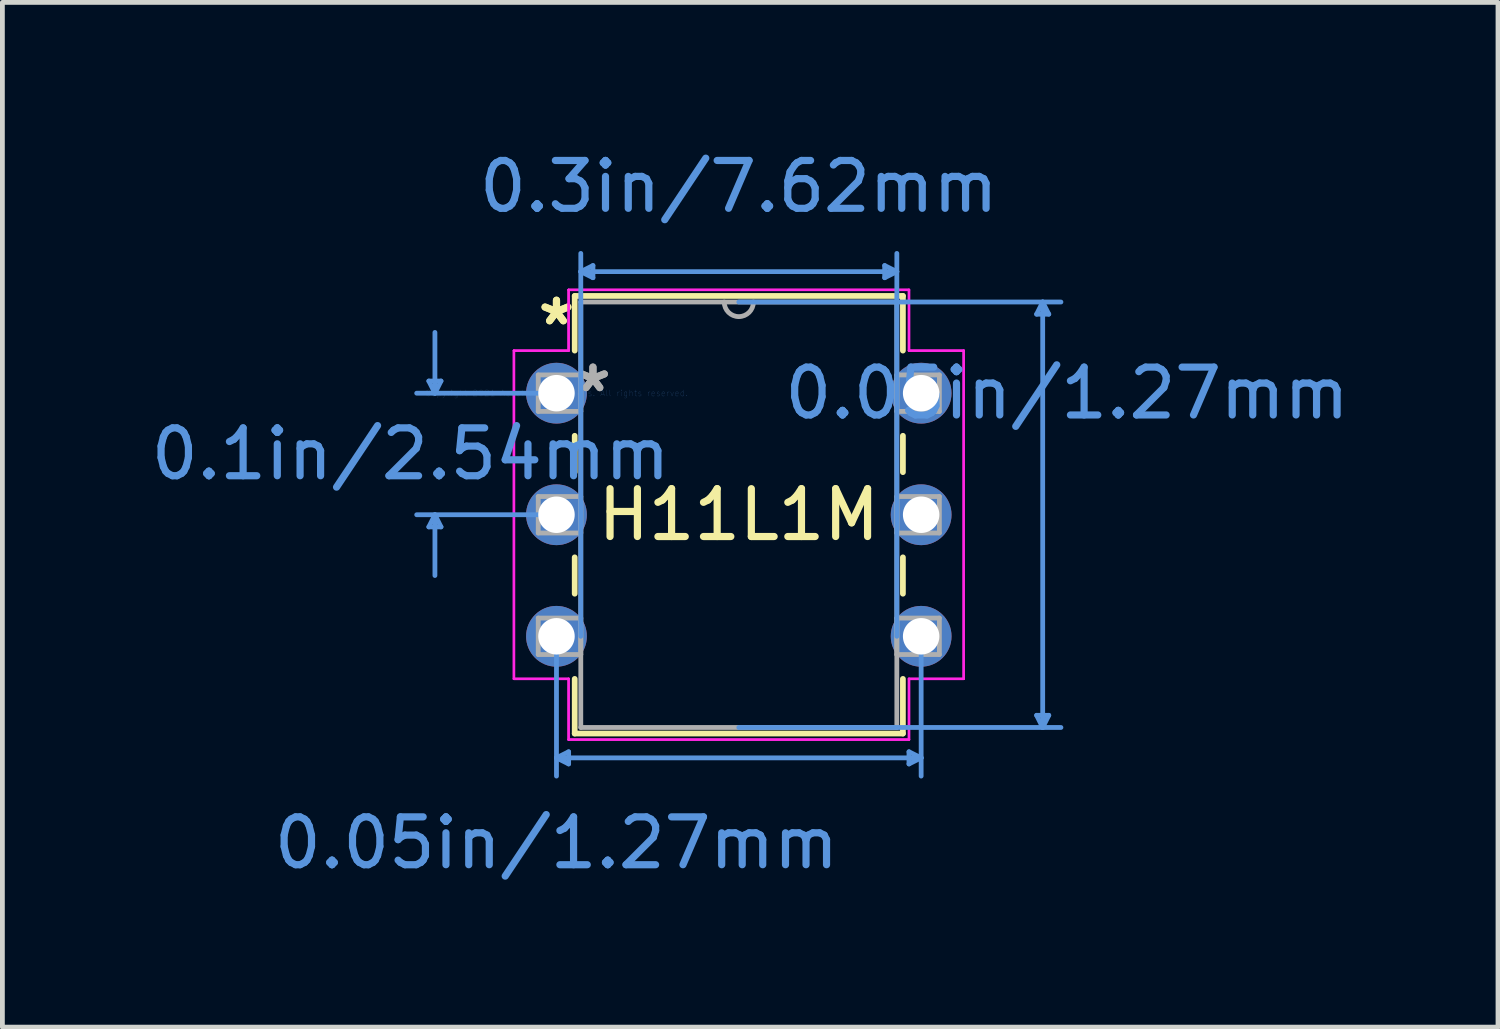
<source format=kicad_pcb>
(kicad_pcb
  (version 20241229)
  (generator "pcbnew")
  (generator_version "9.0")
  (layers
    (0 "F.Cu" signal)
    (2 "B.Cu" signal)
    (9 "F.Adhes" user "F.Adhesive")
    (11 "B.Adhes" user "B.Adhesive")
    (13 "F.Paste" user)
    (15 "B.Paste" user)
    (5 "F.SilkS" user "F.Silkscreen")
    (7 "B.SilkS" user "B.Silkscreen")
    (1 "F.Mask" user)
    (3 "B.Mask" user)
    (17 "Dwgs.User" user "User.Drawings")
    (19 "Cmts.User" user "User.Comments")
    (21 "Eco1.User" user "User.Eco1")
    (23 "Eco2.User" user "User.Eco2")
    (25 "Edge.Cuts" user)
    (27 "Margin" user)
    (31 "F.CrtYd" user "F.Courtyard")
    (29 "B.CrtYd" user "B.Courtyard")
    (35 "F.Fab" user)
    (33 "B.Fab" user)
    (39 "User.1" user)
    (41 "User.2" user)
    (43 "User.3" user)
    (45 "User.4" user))
  (footprint "H11L1M"
    (layer "F.Cu")
    (at 8.578 5.166)
    (property "Reference" "H11L1M" (at 3.81 2.54 0) (layer "F.SilkS") (effects (font (size 1 1) (thickness 0.15))))
    (attr through_hole)
    (fp_line (start 0.381 -2.032) (end 0.381 -0.89) (stroke (width 0.12) (type solid)) (layer "F.SilkS"))
    (fp_line (start 0.381 0.89) (end 0.381 1.65) (stroke (width 0.12) (type solid)) (layer "F.SilkS"))
    (fp_line (start 0.381 3.43) (end 0.381 4.19) (stroke (width 0.12) (type solid)) (layer "F.SilkS"))
    (fp_line (start 0.381 5.97) (end 0.381 7.112) (stroke (width 0.12) (type solid)) (layer "F.SilkS"))
    (fp_line (start 0.381 7.112) (end 7.239 7.112) (stroke (width 0.12) (type solid)) (layer "F.SilkS"))
    (fp_line (start 7.239 -2.032) (end 0.381 -2.032) (stroke (width 0.12) (type solid)) (layer "F.SilkS"))
    (fp_line (start 7.239 -0.89) (end 7.239 -2.032) (stroke (width 0.12) (type solid)) (layer "F.SilkS"))
    (fp_line (start 7.239 1.65) (end 7.239 0.89) (stroke (width 0.12) (type solid)) (layer "F.SilkS"))
    (fp_line (start 7.239 4.19) (end 7.239 3.43) (stroke (width 0.12) (type solid)) (layer "F.SilkS"))
    (fp_line (start 7.239 7.112) (end 7.239 5.97) (stroke (width 0.12) (type solid)) (layer "F.SilkS"))
    (fp_line (start -2.667 -0.254) (end -2.413 -0.254) (stroke (width 0.1) (type solid)) (layer "Cmts.User"))
    (fp_line (start -2.667 2.794) (end -2.413 2.794) (stroke (width 0.1) (type solid)) (layer "Cmts.User"))
    (fp_line (start -2.54 0) (end -2.667 -0.254) (stroke (width 0.1) (type solid)) (layer "Cmts.User"))
    (fp_line (start -2.54 0) (end -2.54 -1.27) (stroke (width 0.1) (type solid)) (layer "Cmts.User"))
    (fp_line (start -2.54 0) (end -2.413 -0.254) (stroke (width 0.1) (type solid)) (layer "Cmts.User"))
    (fp_line (start -2.54 2.54) (end -2.667 2.794) (stroke (width 0.1) (type solid)) (layer "Cmts.User"))
    (fp_line (start -2.54 2.54) (end -2.54 3.81) (stroke (width 0.1) (type solid)) (layer "Cmts.User"))
    (fp_line (start -2.54 2.54) (end -2.413 2.794) (stroke (width 0.1) (type solid)) (layer "Cmts.User"))
    (fp_line (start 0 0) (end -2.921 0) (stroke (width 0.1) (type solid)) (layer "Cmts.User"))
    (fp_line (start 0 2.54) (end -2.921 2.54) (stroke (width 0.1) (type solid)) (layer "Cmts.User"))
    (fp_line (start 0 5.08) (end 0 8.001) (stroke (width 0.1) (type solid)) (layer "Cmts.User"))
    (fp_line (start 0 7.62) (end 0.254 7.493) (stroke (width 0.1) (type solid)) (layer "Cmts.User"))
    (fp_line (start 0 7.62) (end 0.254 7.747) (stroke (width 0.1) (type solid)) (layer "Cmts.User"))
    (fp_line (start 0 7.62) (end 7.62 7.62) (stroke (width 0.1) (type solid)) (layer "Cmts.User"))
    (fp_line (start 0.254 7.493) (end 0.254 7.747) (stroke (width 0.1) (type solid)) (layer "Cmts.User"))
    (fp_line (start 0.508 -2.54) (end 0.762 -2.667) (stroke (width 0.1) (type solid)) (layer "Cmts.User"))
    (fp_line (start 0.508 -2.54) (end 0.762 -2.413) (stroke (width 0.1) (type solid)) (layer "Cmts.User"))
    (fp_line (start 0.508 -2.54) (end 7.112 -2.54) (stroke (width 0.1) (type solid)) (layer "Cmts.User"))
    (fp_line (start 0.508 5.08) (end 0.508 -2.921) (stroke (width 0.1) (type solid)) (layer "Cmts.User"))
    (fp_line (start 0.762 -2.667) (end 0.762 -2.413) (stroke (width 0.1) (type solid)) (layer "Cmts.User"))
    (fp_line (start 3.81 -1.905) (end 10.541 -1.905) (stroke (width 0.1) (type solid)) (layer "Cmts.User"))
    (fp_line (start 3.81 6.985) (end 10.541 6.985) (stroke (width 0.1) (type solid)) (layer "Cmts.User"))
    (fp_line (start 6.858 -2.667) (end 6.858 -2.413) (stroke (width 0.1) (type solid)) (layer "Cmts.User"))
    (fp_line (start 7.112 -2.54) (end 6.858 -2.667) (stroke (width 0.1) (type solid)) (layer "Cmts.User"))
    (fp_line (start 7.112 -2.54) (end 6.858 -2.413) (stroke (width 0.1) (type solid)) (layer "Cmts.User"))
    (fp_line (start 7.112 5.08) (end 7.112 -2.921) (stroke (width 0.1) (type solid)) (layer "Cmts.User"))
    (fp_line (start 7.366 7.493) (end 7.366 7.747) (stroke (width 0.1) (type solid)) (layer "Cmts.User"))
    (fp_line (start 7.62 5.08) (end 7.62 8.001) (stroke (width 0.1) (type solid)) (layer "Cmts.User"))
    (fp_line (start 7.62 7.62) (end 7.366 7.493) (stroke (width 0.1) (type solid)) (layer "Cmts.User"))
    (fp_line (start 7.62 7.62) (end 7.366 7.747) (stroke (width 0.1) (type solid)) (layer "Cmts.User"))
    (fp_line (start 10.033 -1.651) (end 10.287 -1.651) (stroke (width 0.1) (type solid)) (layer "Cmts.User"))
    (fp_line (start 10.033 6.731) (end 10.287 6.731) (stroke (width 0.1) (type solid)) (layer "Cmts.User"))
    (fp_line (start 10.16 -1.905) (end 10.033 -1.651) (stroke (width 0.1) (type solid)) (layer "Cmts.User"))
    (fp_line (start 10.16 -1.905) (end 10.16 6.985) (stroke (width 0.1) (type solid)) (layer "Cmts.User"))
    (fp_line (start 10.16 -1.905) (end 10.287 -1.651) (stroke (width 0.1) (type solid)) (layer "Cmts.User"))
    (fp_line (start 10.16 6.985) (end 10.033 6.731) (stroke (width 0.1) (type solid)) (layer "Cmts.User"))
    (fp_line (start 10.16 6.985) (end 10.287 6.731) (stroke (width 0.1) (type solid)) (layer "Cmts.User"))
    (fp_line (start -0.889 -0.889) (end -0.889 5.969) (stroke (width 0.05) (type solid)) (layer "F.CrtYd"))
    (fp_line (start -0.889 -0.889) (end 0.254 -0.889) (stroke (width 0.05) (type solid)) (layer "F.CrtYd"))
    (fp_line (start -0.889 5.969) (end -0.889 -0.889) (stroke (width 0.05) (type solid)) (layer "F.CrtYd"))
    (fp_line (start -0.889 5.969) (end 0.254 5.969) (stroke (width 0.05) (type solid)) (layer "F.CrtYd"))
    (fp_line (start 0.254 -2.159) (end 0.254 -0.889) (stroke (width 0.05) (type solid)) (layer "F.CrtYd"))
    (fp_line (start 0.254 -2.159) (end 7.366 -2.159) (stroke (width 0.05) (type solid)) (layer "F.CrtYd"))
    (fp_line (start 0.254 -0.889) (end -0.889 -0.889) (stroke (width 0.05) (type solid)) (layer "F.CrtYd"))
    (fp_line (start 0.254 -0.889) (end 0.254 -2.159) (stroke (width 0.05) (type solid)) (layer "F.CrtYd"))
    (fp_line (start 0.254 5.969) (end -0.889 5.969) (stroke (width 0.05) (type solid)) (layer "F.CrtYd"))
    (fp_line (start 0.254 5.969) (end 0.254 7.239) (stroke (width 0.05) (type solid)) (layer "F.CrtYd"))
    (fp_line (start 0.254 7.239) (end 0.254 5.969) (stroke (width 0.05) (type solid)) (layer "F.CrtYd"))
    (fp_line (start 0.254 7.239) (end 7.366 7.239) (stroke (width 0.05) (type solid)) (layer "F.CrtYd"))
    (fp_line (start 7.366 -2.159) (end 0.254 -2.159) (stroke (width 0.05) (type solid)) (layer "F.CrtYd"))
    (fp_line (start 7.366 -2.159) (end 7.366 -0.889) (stroke (width 0.05) (type solid)) (layer "F.CrtYd"))
    (fp_line (start 7.366 -0.889) (end 7.366 -2.159) (stroke (width 0.05) (type solid)) (layer "F.CrtYd"))
    (fp_line (start 7.366 5.969) (end 7.366 7.239) (stroke (width 0.05) (type solid)) (layer "F.CrtYd"))
    (fp_line (start 7.366 5.969) (end 8.509 5.969) (stroke (width 0.05) (type solid)) (layer "F.CrtYd"))
    (fp_line (start 7.366 7.239) (end 0.254 7.239) (stroke (width 0.05) (type solid)) (layer "F.CrtYd"))
    (fp_line (start 7.366 7.239) (end 7.366 5.969) (stroke (width 0.05) (type solid)) (layer "F.CrtYd"))
    (fp_line (start 8.509 -0.889) (end 7.366 -0.889) (stroke (width 0.05) (type solid)) (layer "F.CrtYd"))
    (fp_line (start 8.509 -0.889) (end 7.366 -0.889) (stroke (width 0.05) (type solid)) (layer "F.CrtYd"))
    (fp_line (start 8.509 -0.889) (end 8.509 5.969) (stroke (width 0.05) (type solid)) (layer "F.CrtYd"))
    (fp_line (start 8.509 5.969) (end 7.366 5.969) (stroke (width 0.05) (type solid)) (layer "F.CrtYd"))
    (fp_line (start 8.509 5.969) (end 8.509 -0.889) (stroke (width 0.05) (type solid)) (layer "F.CrtYd"))
    (fp_line (start -0.381 -0.381) (end -0.381 0.381) (stroke (width 0.1) (type solid)) (layer "F.Fab"))
    (fp_line (start -0.381 0.381) (end 0.508 0.381) (stroke (width 0.1) (type solid)) (layer "F.Fab"))
    (fp_line (start -0.381 2.159) (end -0.381 2.921) (stroke (width 0.1) (type solid)) (layer "F.Fab"))
    (fp_line (start -0.381 2.921) (end 0.508 2.921) (stroke (width 0.1) (type solid)) (layer "F.Fab"))
    (fp_line (start -0.381 4.699) (end -0.381 5.461) (stroke (width 0.1) (type solid)) (layer "F.Fab"))
    (fp_line (start -0.381 5.461) (end 0.508 5.461) (stroke (width 0.1) (type solid)) (layer "F.Fab"))
    (fp_line (start 0.508 -1.905) (end 0.508 6.985) (stroke (width 0.1) (type solid)) (layer "F.Fab"))
    (fp_line (start 0.508 -0.381) (end -0.381 -0.381) (stroke (width 0.1) (type solid)) (layer "F.Fab"))
    (fp_line (start 0.508 0.381) (end 0.508 -0.381) (stroke (width 0.1) (type solid)) (layer "F.Fab"))
    (fp_line (start 0.508 2.159) (end -0.381 2.159) (stroke (width 0.1) (type solid)) (layer "F.Fab"))
    (fp_line (start 0.508 2.921) (end 0.508 2.159) (stroke (width 0.1) (type solid)) (layer "F.Fab"))
    (fp_line (start 0.508 4.699) (end -0.381 4.699) (stroke (width 0.1) (type solid)) (layer "F.Fab"))
    (fp_line (start 0.508 5.461) (end 0.508 4.699) (stroke (width 0.1) (type solid)) (layer "F.Fab"))
    (fp_line (start 0.508 6.985) (end 7.112 6.985) (stroke (width 0.1) (type solid)) (layer "F.Fab"))
    (fp_line (start 7.112 -1.905) (end 0.508 -1.905) (stroke (width 0.1) (type solid)) (layer "F.Fab"))
    (fp_line (start 7.112 -0.381) (end 7.112 0.381) (stroke (width 0.1) (type solid)) (layer "F.Fab"))
    (fp_line (start 7.112 0.381) (end 8.001 0.381) (stroke (width 0.1) (type solid)) (layer "F.Fab"))
    (fp_line (start 7.112 2.159) (end 7.112 2.921) (stroke (width 0.1) (type solid)) (layer "F.Fab"))
    (fp_line (start 7.112 2.921) (end 8.001 2.921) (stroke (width 0.1) (type solid)) (layer "F.Fab"))
    (fp_line (start 7.112 4.699) (end 7.112 5.461) (stroke (width 0.1) (type solid)) (layer "F.Fab"))
    (fp_line (start 7.112 5.461) (end 8.001 5.461) (stroke (width 0.1) (type solid)) (layer "F.Fab"))
    (fp_line (start 7.112 6.985) (end 7.112 -1.905) (stroke (width 0.1) (type solid)) (layer "F.Fab"))
    (fp_line (start 8.001 -0.381) (end 7.112 -0.381) (stroke (width 0.1) (type solid)) (layer "F.Fab"))
    (fp_line (start 8.001 0.381) (end 8.001 -0.381) (stroke (width 0.1) (type solid)) (layer "F.Fab"))
    (fp_line (start 8.001 2.159) (end 7.112 2.159) (stroke (width 0.1) (type solid)) (layer "F.Fab"))
    (fp_line (start 8.001 2.921) (end 8.001 2.159) (stroke (width 0.1) (type solid)) (layer "F.Fab"))
    (fp_line (start 8.001 4.699) (end 7.112 4.699) (stroke (width 0.1) (type solid)) (layer "F.Fab"))
    (fp_line (start 8.001 5.461) (end 8.001 4.699) (stroke (width 0.1) (type solid)) (layer "F.Fab"))
    (fp_arc (start 4.1148 -1.905) (mid 3.81 -1.6002) (end 3.5052 -1.905) (stroke (width 0.1) (type solid)) (layer "F.Fab"))
    (fp_text user "*" (at 0 -1.397 0) (layer "F.SilkS") (effects (font (size 1 1) (thickness 0.15))))
    (fp_text user "*" (at 0 -1.397 0) (layer "F.SilkS") (effects (font (size 1 1) (thickness 0.15))))
    (fp_text user "0.05in/1.27mm" (at 10.668 0 0) (layer "Cmts.User") (effects (font (size 1 1) (thickness 0.15))))
    (fp_text user "0.05in/1.27mm" (at 0 9.398 0) (layer "Cmts.User") (effects (font (size 1 1) (thickness 0.15))))
    (fp_text user "Copyright 2021 Accelerated Designs. All rights reserved." (at 0 0 0) (layer "Cmts.User") (effects (font (size 0.127 0.127) (thickness 0.002))))
    (fp_text user "0.3in/7.62mm" (at 3.81 -4.318 0) (layer "Cmts.User") (effects (font (size 1 1) (thickness 0.15))))
    (fp_text user "0.1in/2.54mm" (at -3.048 1.27 0) (layer "Cmts.User") (effects (font (size 1 1) (thickness 0.15))))
    (fp_text user "*" (at 0.762 0 0) (layer "F.Fab") (effects (font (size 1 1) (thickness 0.15))))
    (fp_text user "*" (at 0.762 0 0) (layer "F.Fab") (effects (font (size 1 1) (thickness 0.15))))
    (pad "1" thru_hole circle (at 0 0) (size 1.27 1.27) (drill 0.762) (layers "*.Cu" "*.Mask"))
    (pad "2" thru_hole circle (at 0 2.54) (size 1.27 1.27) (drill 0.762) (layers "*.Cu" "*.Mask"))
    (pad "3" thru_hole circle (at 0 5.08) (size 1.27 1.27) (drill 0.762) (layers "*.Cu" "*.Mask"))
    (pad "4" thru_hole circle (at 7.62 5.08) (size 1.27 1.27) (drill 0.762) (layers "*.Cu" "*.Mask"))
    (pad "5" thru_hole circle (at 7.62 2.54) (size 1.27 1.27) (drill 0.762) (layers "*.Cu" "*.Mask"))
    (pad "6" thru_hole circle (at 7.62 0) (size 1.27 1.27) (drill 0.762) (layers "*.Cu" "*.Mask")))
  (gr_rect
    (start -3 -3)
    (end 28.252 18.413)
    (stroke (width 0.1) (type default))
    (fill no)
    (layer "Edge.Cuts")))
</source>
